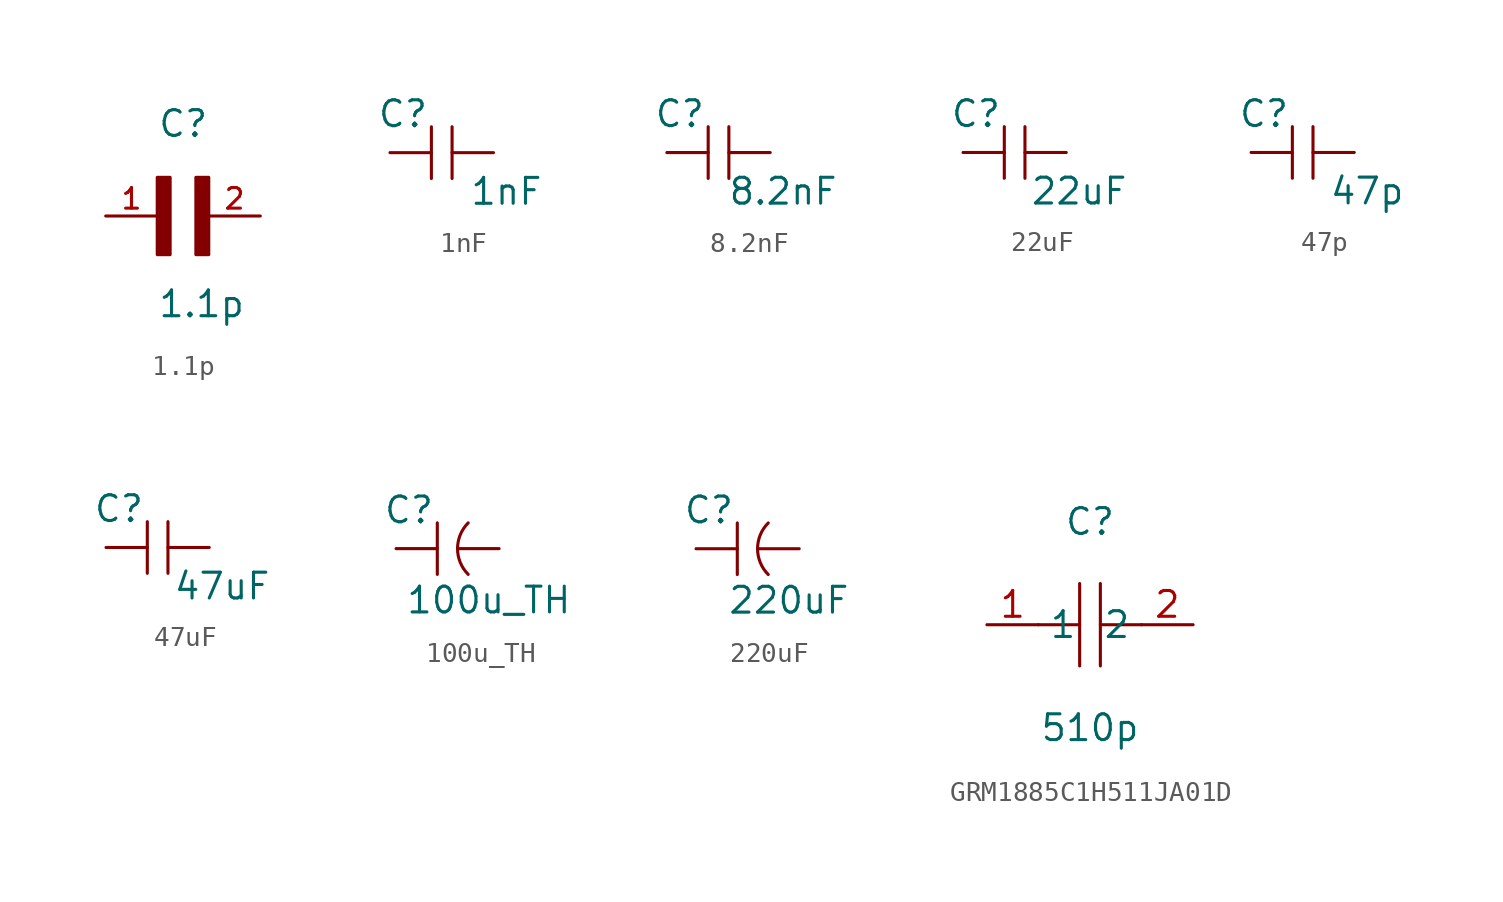
<source format=kicad_sym>
(kicad_symbol_lib
  (version 20241209)
  (generator "kicad_symbol_editor")
  (generator_version "9.0")
  (symbol "1.1p"
    (pin_names
      (offset 1.016)
      (hide yes))
    (property "Reference" "C"
      (at 0 3.81 0)
      (effects (font (size 1.27 1.27)) (justify left bottom)))
    (property "Value" "1.1p"
      (at 0 -5.08 0)
      (effects (font (size 1.27 1.27)) (justify left bottom)))
    (symbol "1.1p_0_0"
      (rectangle (start 0 -1.905) (end 0.635 1.905) (stroke (width 0) (type default)) (fill (type outline)))
      (rectangle (start 1.905 -1.905) (end 2.54 1.905) (stroke (width 0) (type default)) (fill (type outline)))
      (pin passive line (at -2.54 0 0) (length 2.54) (name "~" (effects (font (size 1.016 1.016)))) (number "1" (effects (font (size 1.016 1.016)))))
      (pin passive line (at 5.08 0 180) (length 2.54) (name "~" (effects (font (size 1.016 1.016)))) (number "2" (effects (font (size 1.016 1.016)))))))
  (symbol "1nF"
    (pin_numbers
      (hide yes))
    (pin_names
      (offset 1.016)
      (hide yes))
    (property "Reference" "C"
      (at -1.905 1.905 0)
      (effects (font (size 1.27 1.27))))
    (property "Value" "1nF"
      (at 3.175 -1.905 0)
      (effects (font (size 1.27 1.27))))
    (symbol "1nF_0_1"
      (polyline (pts (xy -0.508 1.27) (xy -0.508 -1.27)) (stroke (width 0) (type default)) (fill (type none)))
      (polyline (pts (xy 0.508 1.27) (xy 0.508 -1.27)) (stroke (width 0) (type default)) (fill (type none))))
    (symbol "1nF_1_1"
      (pin input line (at -2.54 0 0) (length 2.032) (name "1" (effects (font (size 1.27 1.27)))) (number "1" (effects (font (size 1.27 1.27)))))
      (pin input line (at 2.54 0 180) (length 2.032) (name "2" (effects (font (size 1.27 1.27)))) (number "2" (effects (font (size 1.27 1.27)))))))
  (symbol "8.2nF"
    (pin_numbers
      (hide yes))
    (pin_names
      (offset 1.016)
      (hide yes))
    (property "Reference" "C"
      (at -1.905 1.905 0)
      (effects (font (size 1.27 1.27))))
    (property "Value" "8.2nF"
      (at 3.175 -1.905 0)
      (effects (font (size 1.27 1.27))))
    (symbol "8.2nF_0_1"
      (polyline (pts (xy -0.508 1.27) (xy -0.508 -1.27)) (stroke (width 0) (type default)) (fill (type none)))
      (polyline (pts (xy 0.508 1.27) (xy 0.508 -1.27)) (stroke (width 0) (type default)) (fill (type none))))
    (symbol "8.2nF_1_1"
      (pin input line (at -2.54 0 0) (length 2.032) (name "1" (effects (font (size 1.27 1.27)))) (number "1" (effects (font (size 1.27 1.27)))))
      (pin input line (at 2.54 0 180) (length 2.032) (name "2" (effects (font (size 1.27 1.27)))) (number "2" (effects (font (size 1.27 1.27)))))))
  (symbol "22uF"
    (pin_numbers
      (hide yes))
    (pin_names
      (offset 1.016)
      (hide yes))
    (property "Reference" "C"
      (at -1.905 1.905 0)
      (effects (font (size 1.27 1.27))))
    (property "Value" "22uF"
      (at 3.175 -1.905 0)
      (effects (font (size 1.27 1.27))))
    (symbol "22uF_0_1"
      (polyline (pts (xy -0.508 1.27) (xy -0.508 -1.27)) (stroke (width 0) (type default)) (fill (type none)))
      (polyline (pts (xy 0.508 1.27) (xy 0.508 -1.27)) (stroke (width 0) (type default)) (fill (type none))))
    (symbol "22uF_1_1"
      (pin input line (at -2.54 0 0) (length 2.032) (name "1" (effects (font (size 1.27 1.27)))) (number "1" (effects (font (size 1.27 1.27)))))
      (pin input line (at 2.54 0 180) (length 2.032) (name "2" (effects (font (size 1.27 1.27)))) (number "2" (effects (font (size 1.27 1.27)))))))
  (symbol "47p"
    (pin_numbers
      (hide yes))
    (pin_names
      (offset 1.016)
      (hide yes))
    (property "Reference" "C"
      (at -1.905 1.905 0)
      (effects (font (size 1.27 1.27))))
    (property "Value" "47p"
      (at 3.175 -1.905 0)
      (effects (font (size 1.27 1.27))))
    (symbol "47p_0_1"
      (polyline (pts (xy -0.508 1.27) (xy -0.508 -1.27)) (stroke (width 0) (type default)) (fill (type none)))
      (polyline (pts (xy 0.508 1.27) (xy 0.508 -1.27)) (stroke (width 0) (type default)) (fill (type none))))
    (symbol "47p_1_1"
      (pin input line (at -2.54 0 0) (length 2.032) (name "1" (effects (font (size 1.27 1.27)))) (number "1" (effects (font (size 1.27 1.27)))))
      (pin input line (at 2.54 0 180) (length 2.032) (name "2" (effects (font (size 1.27 1.27)))) (number "2" (effects (font (size 1.27 1.27)))))))
  (symbol "47uF"
    (pin_numbers
      (hide yes))
    (pin_names
      (offset 1.016)
      (hide yes))
    (property "Reference" "C"
      (at -1.905 1.905 0)
      (effects (font (size 1.27 1.27))))
    (property "Value" "47uF"
      (at 3.175 -1.905 0)
      (effects (font (size 1.27 1.27))))
    (symbol "47uF_0_1"
      (polyline (pts (xy -0.508 1.27) (xy -0.508 -1.27)) (stroke (width 0) (type default)) (fill (type none)))
      (polyline (pts (xy 0.508 1.27) (xy 0.508 -1.27)) (stroke (width 0) (type default)) (fill (type none))))
    (symbol "47uF_1_1"
      (pin input line (at -2.54 0 0) (length 2.032) (name "1" (effects (font (size 1.27 1.27)))) (number "1" (effects (font (size 1.27 1.27)))))
      (pin input line (at 2.54 0 180) (length 2.032) (name "2" (effects (font (size 1.27 1.27)))) (number "2" (effects (font (size 1.27 1.27)))))))
  (symbol "100u_TH"
    (pin_numbers
      (hide yes))
    (pin_names
      (offset 1.016)
      (hide yes))
    (property "Reference" "C"
      (at -1.905 1.905 0)
      (effects (font (size 1.27 1.27))))
    (property "Value" "100u_TH"
      (at 2.032 -2.54 0)
      (effects (font (size 1.27 1.27))))
    (symbol "100u_TH_0_1"
      (polyline (pts (xy -0.508 1.27) (xy -0.508 -1.27)) (stroke (width 0) (type default)) (fill (type none)))
      (arc (start 1.016 -1.27) (mid 0.4899 0) (end 1.016 1.27) (stroke (width 0) (type default)) (fill (type none))))
    (symbol "100u_TH_1_1"
      (pin input line (at -2.54 0 0) (length 2.032) (name "+" (effects (font (size 1.27 1.27)))) (number "+" (effects (font (size 1.27 1.27)))))
      (pin input line (at 2.54 0 180) (length 2.032) (name "-" (effects (font (size 1.27 1.27)))) (number "-" (effects (font (size 1.27 1.27)))))))
  (symbol "220uF"
    (pin_numbers
      (hide yes))
    (pin_names
      (offset 1.016)
      (hide yes))
    (property "Reference" "C"
      (at -1.905 1.905 0)
      (effects (font (size 1.27 1.27))))
    (property "Value" "220uF"
      (at 2.032 -2.54 0)
      (effects (font (size 1.27 1.27))))
    (symbol "220uF_0_1"
      (polyline (pts (xy -0.508 1.27) (xy -0.508 -1.27)) (stroke (width 0) (type default)) (fill (type none)))
      (arc (start 1.016 -1.27) (mid 0.4899 0) (end 1.016 1.27) (stroke (width 0) (type default)) (fill (type none))))
    (symbol "220uF_1_1"
      (pin input line (at -2.54 0 0) (length 2.032) (name "+" (effects (font (size 1.27 1.27)))) (number "+" (effects (font (size 1.27 1.27)))))
      (pin input line (at 2.54 0 180) (length 2.032) (name "-" (effects (font (size 1.27 1.27)))) (number "-" (effects (font (size 1.27 1.27)))))))
  (symbol "GRM1885C1H511JA01D"
    (property "Reference" "C"
      (at 0 5.08 0)
      (effects (font (size 1.27 1.27))))
    (property "Value" "510p"
      (at 0 -5.08 0)
      (effects (font (size 1.27 1.27))))
    (symbol "GRM1885C1H511JA01D_0_1"
      (polyline (pts (xy -0.51 0) (xy -2.54 0)) (stroke (width 0) (type default)) (fill (type none)))
      (polyline (pts (xy -0.51 -2.03) (xy -0.51 2.03)) (stroke (width 0) (type default)) (fill (type none)))
      (polyline (pts (xy 0.51 2.03) (xy 0.51 -2.03)) (stroke (width 0) (type default)) (fill (type none)))
      (polyline (pts (xy 2.54 0) (xy 0.51 0)) (stroke (width 0) (type default)) (fill (type none)))
      (pin unspecified line (at -5.08 0 0) (length 2.54) (name "1" (effects (font (size 1.27 1.27)))) (number "1" (effects (font (size 1.27 1.27)))))
      (pin unspecified line (at 5.08 0 180) (length 2.54) (name "2" (effects (font (size 1.27 1.27)))) (number "2" (effects (font (size 1.27 1.27))))))))
</source>
